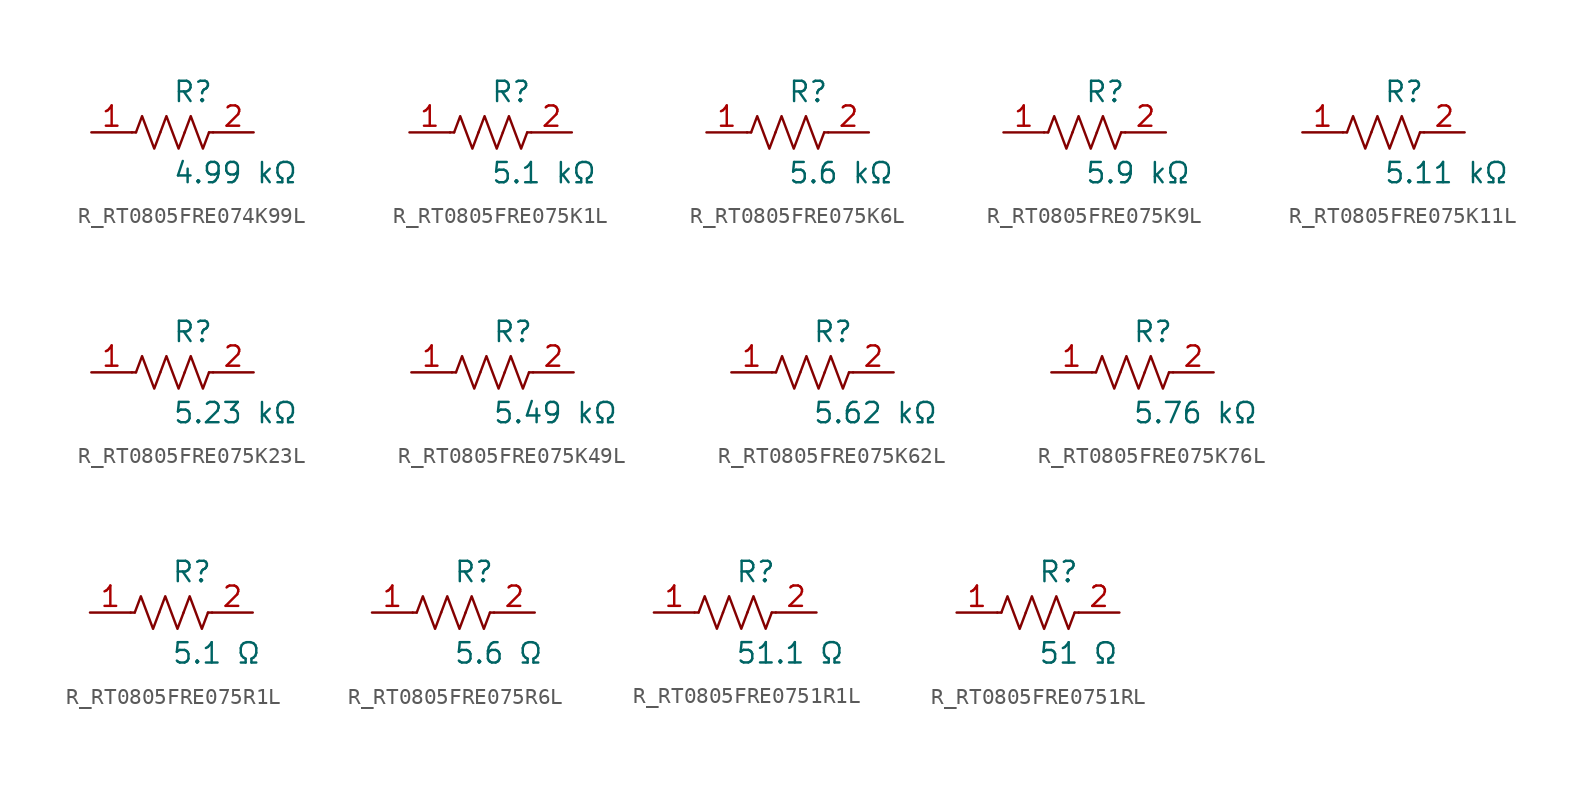
<source format=kicad_sym>
(kicad_symbol_lib
  (version 20231120)
  (generator kicad_symbol_editor)
  (generator_version 8.0)
  (symbol "R_RT0805FRE074K99L"
    (pin_names
      (offset 0.254))
    (property "Reference" "R"
      (at 0.0 2.54 0)
      (effects (font (size 1.27 1.27)) (justify left)))
    (property "Value" "4.99 kΩ"
      (at 0.0 -2.54 0)
      (effects (font (size 1.27 1.27)) (justify left)))
    (symbol "R_RT0805FRE074K99L_0_1"
      (polyline (pts (xy 2.286 0) (xy 2.54 0)) (stroke (width 0) (type default)) (fill (type none)))
      (polyline (pts (xy -2.286 0) (xy -2.54 0)) (stroke (width 0) (type default)) (fill (type none)))
      (polyline (pts (xy 0.762 0) (xy 1.143 1.016) (xy 1.524 0) (xy 1.905 -1.016) (xy 2.286 0)) (stroke (width 0) (type default)) (fill (type none)))
      (polyline (pts (xy -0.762 0) (xy -0.381 1.016) (xy 0 0) (xy 0.381 -1.016) (xy 0.762 0)) (stroke (width 0) (type default)) (fill (type none)))
      (polyline (pts (xy -2.286 0) (xy -1.905 1.016) (xy -1.524 0) (xy -1.143 -1.016) (xy -0.762 0)) (stroke (width 0) (type default)) (fill (type none))))
    (pin unspecified line
      (at -5.08 0 0)
      (length 2.54)
      (name "" (effects (font (size 1.27 1.27))))
      (number "1" (effects (font (size 1.27 1.27)))))
    (pin unspecified line
      (at 5.08 0 180)
      (length 2.54)
      (name "" (effects (font (size 1.27 1.27))))
      (number "2" (effects (font (size 1.27 1.27))))))
  (symbol "R_RT0805FRE075K1L"
    (pin_names
      (offset 0.254))
    (property "Reference" "R"
      (at 0.0 2.54 0)
      (effects (font (size 1.27 1.27)) (justify left)))
    (property "Value" "5.1 kΩ"
      (at 0.0 -2.54 0)
      (effects (font (size 1.27 1.27)) (justify left)))
    (symbol "R_RT0805FRE075K1L_0_1"
      (polyline (pts (xy 2.286 0) (xy 2.54 0)) (stroke (width 0) (type default)) (fill (type none)))
      (polyline (pts (xy -2.286 0) (xy -2.54 0)) (stroke (width 0) (type default)) (fill (type none)))
      (polyline (pts (xy 0.762 0) (xy 1.143 1.016) (xy 1.524 0) (xy 1.905 -1.016) (xy 2.286 0)) (stroke (width 0) (type default)) (fill (type none)))
      (polyline (pts (xy -0.762 0) (xy -0.381 1.016) (xy 0 0) (xy 0.381 -1.016) (xy 0.762 0)) (stroke (width 0) (type default)) (fill (type none)))
      (polyline (pts (xy -2.286 0) (xy -1.905 1.016) (xy -1.524 0) (xy -1.143 -1.016) (xy -0.762 0)) (stroke (width 0) (type default)) (fill (type none))))
    (pin unspecified line
      (at -5.08 0 0)
      (length 2.54)
      (name "" (effects (font (size 1.27 1.27))))
      (number "1" (effects (font (size 1.27 1.27)))))
    (pin unspecified line
      (at 5.08 0 180)
      (length 2.54)
      (name "" (effects (font (size 1.27 1.27))))
      (number "2" (effects (font (size 1.27 1.27))))))
  (symbol "R_RT0805FRE075K6L"
    (pin_names
      (offset 0.254))
    (property "Reference" "R"
      (at 0.0 2.54 0)
      (effects (font (size 1.27 1.27)) (justify left)))
    (property "Value" "5.6 kΩ"
      (at 0.0 -2.54 0)
      (effects (font (size 1.27 1.27)) (justify left)))
    (symbol "R_RT0805FRE075K6L_0_1"
      (polyline (pts (xy 2.286 0) (xy 2.54 0)) (stroke (width 0) (type default)) (fill (type none)))
      (polyline (pts (xy -2.286 0) (xy -2.54 0)) (stroke (width 0) (type default)) (fill (type none)))
      (polyline (pts (xy 0.762 0) (xy 1.143 1.016) (xy 1.524 0) (xy 1.905 -1.016) (xy 2.286 0)) (stroke (width 0) (type default)) (fill (type none)))
      (polyline (pts (xy -0.762 0) (xy -0.381 1.016) (xy 0 0) (xy 0.381 -1.016) (xy 0.762 0)) (stroke (width 0) (type default)) (fill (type none)))
      (polyline (pts (xy -2.286 0) (xy -1.905 1.016) (xy -1.524 0) (xy -1.143 -1.016) (xy -0.762 0)) (stroke (width 0) (type default)) (fill (type none))))
    (pin unspecified line
      (at -5.08 0 0)
      (length 2.54)
      (name "" (effects (font (size 1.27 1.27))))
      (number "1" (effects (font (size 1.27 1.27)))))
    (pin unspecified line
      (at 5.08 0 180)
      (length 2.54)
      (name "" (effects (font (size 1.27 1.27))))
      (number "2" (effects (font (size 1.27 1.27))))))
  (symbol "R_RT0805FRE075K9L"
    (pin_names
      (offset 0.254))
    (property "Reference" "R"
      (at 0.0 2.54 0)
      (effects (font (size 1.27 1.27)) (justify left)))
    (property "Value" "5.9 kΩ"
      (at 0.0 -2.54 0)
      (effects (font (size 1.27 1.27)) (justify left)))
    (symbol "R_RT0805FRE075K9L_0_1"
      (polyline (pts (xy 2.286 0) (xy 2.54 0)) (stroke (width 0) (type default)) (fill (type none)))
      (polyline (pts (xy -2.286 0) (xy -2.54 0)) (stroke (width 0) (type default)) (fill (type none)))
      (polyline (pts (xy 0.762 0) (xy 1.143 1.016) (xy 1.524 0) (xy 1.905 -1.016) (xy 2.286 0)) (stroke (width 0) (type default)) (fill (type none)))
      (polyline (pts (xy -0.762 0) (xy -0.381 1.016) (xy 0 0) (xy 0.381 -1.016) (xy 0.762 0)) (stroke (width 0) (type default)) (fill (type none)))
      (polyline (pts (xy -2.286 0) (xy -1.905 1.016) (xy -1.524 0) (xy -1.143 -1.016) (xy -0.762 0)) (stroke (width 0) (type default)) (fill (type none))))
    (pin unspecified line
      (at -5.08 0 0)
      (length 2.54)
      (name "" (effects (font (size 1.27 1.27))))
      (number "1" (effects (font (size 1.27 1.27)))))
    (pin unspecified line
      (at 5.08 0 180)
      (length 2.54)
      (name "" (effects (font (size 1.27 1.27))))
      (number "2" (effects (font (size 1.27 1.27))))))
  (symbol "R_RT0805FRE075K11L"
    (pin_names
      (offset 0.254))
    (property "Reference" "R"
      (at 0.0 2.54 0)
      (effects (font (size 1.27 1.27)) (justify left)))
    (property "Value" "5.11 kΩ"
      (at 0.0 -2.54 0)
      (effects (font (size 1.27 1.27)) (justify left)))
    (symbol "R_RT0805FRE075K11L_0_1"
      (polyline (pts (xy 2.286 0) (xy 2.54 0)) (stroke (width 0) (type default)) (fill (type none)))
      (polyline (pts (xy -2.286 0) (xy -2.54 0)) (stroke (width 0) (type default)) (fill (type none)))
      (polyline (pts (xy 0.762 0) (xy 1.143 1.016) (xy 1.524 0) (xy 1.905 -1.016) (xy 2.286 0)) (stroke (width 0) (type default)) (fill (type none)))
      (polyline (pts (xy -0.762 0) (xy -0.381 1.016) (xy 0 0) (xy 0.381 -1.016) (xy 0.762 0)) (stroke (width 0) (type default)) (fill (type none)))
      (polyline (pts (xy -2.286 0) (xy -1.905 1.016) (xy -1.524 0) (xy -1.143 -1.016) (xy -0.762 0)) (stroke (width 0) (type default)) (fill (type none))))
    (pin unspecified line
      (at -5.08 0 0)
      (length 2.54)
      (name "" (effects (font (size 1.27 1.27))))
      (number "1" (effects (font (size 1.27 1.27)))))
    (pin unspecified line
      (at 5.08 0 180)
      (length 2.54)
      (name "" (effects (font (size 1.27 1.27))))
      (number "2" (effects (font (size 1.27 1.27))))))
  (symbol "R_RT0805FRE075K23L"
    (pin_names
      (offset 0.254))
    (property "Reference" "R"
      (at 0.0 2.54 0)
      (effects (font (size 1.27 1.27)) (justify left)))
    (property "Value" "5.23 kΩ"
      (at 0.0 -2.54 0)
      (effects (font (size 1.27 1.27)) (justify left)))
    (symbol "R_RT0805FRE075K23L_0_1"
      (polyline (pts (xy 2.286 0) (xy 2.54 0)) (stroke (width 0) (type default)) (fill (type none)))
      (polyline (pts (xy -2.286 0) (xy -2.54 0)) (stroke (width 0) (type default)) (fill (type none)))
      (polyline (pts (xy 0.762 0) (xy 1.143 1.016) (xy 1.524 0) (xy 1.905 -1.016) (xy 2.286 0)) (stroke (width 0) (type default)) (fill (type none)))
      (polyline (pts (xy -0.762 0) (xy -0.381 1.016) (xy 0 0) (xy 0.381 -1.016) (xy 0.762 0)) (stroke (width 0) (type default)) (fill (type none)))
      (polyline (pts (xy -2.286 0) (xy -1.905 1.016) (xy -1.524 0) (xy -1.143 -1.016) (xy -0.762 0)) (stroke (width 0) (type default)) (fill (type none))))
    (pin unspecified line
      (at -5.08 0 0)
      (length 2.54)
      (name "" (effects (font (size 1.27 1.27))))
      (number "1" (effects (font (size 1.27 1.27)))))
    (pin unspecified line
      (at 5.08 0 180)
      (length 2.54)
      (name "" (effects (font (size 1.27 1.27))))
      (number "2" (effects (font (size 1.27 1.27))))))
  (symbol "R_RT0805FRE075K49L"
    (pin_names
      (offset 0.254))
    (property "Reference" "R"
      (at 0.0 2.54 0)
      (effects (font (size 1.27 1.27)) (justify left)))
    (property "Value" "5.49 kΩ"
      (at 0.0 -2.54 0)
      (effects (font (size 1.27 1.27)) (justify left)))
    (symbol "R_RT0805FRE075K49L_0_1"
      (polyline (pts (xy 2.286 0) (xy 2.54 0)) (stroke (width 0) (type default)) (fill (type none)))
      (polyline (pts (xy -2.286 0) (xy -2.54 0)) (stroke (width 0) (type default)) (fill (type none)))
      (polyline (pts (xy 0.762 0) (xy 1.143 1.016) (xy 1.524 0) (xy 1.905 -1.016) (xy 2.286 0)) (stroke (width 0) (type default)) (fill (type none)))
      (polyline (pts (xy -0.762 0) (xy -0.381 1.016) (xy 0 0) (xy 0.381 -1.016) (xy 0.762 0)) (stroke (width 0) (type default)) (fill (type none)))
      (polyline (pts (xy -2.286 0) (xy -1.905 1.016) (xy -1.524 0) (xy -1.143 -1.016) (xy -0.762 0)) (stroke (width 0) (type default)) (fill (type none))))
    (pin unspecified line
      (at -5.08 0 0)
      (length 2.54)
      (name "" (effects (font (size 1.27 1.27))))
      (number "1" (effects (font (size 1.27 1.27)))))
    (pin unspecified line
      (at 5.08 0 180)
      (length 2.54)
      (name "" (effects (font (size 1.27 1.27))))
      (number "2" (effects (font (size 1.27 1.27))))))
  (symbol "R_RT0805FRE075K62L"
    (pin_names
      (offset 0.254))
    (property "Reference" "R"
      (at 0.0 2.54 0)
      (effects (font (size 1.27 1.27)) (justify left)))
    (property "Value" "5.62 kΩ"
      (at 0.0 -2.54 0)
      (effects (font (size 1.27 1.27)) (justify left)))
    (symbol "R_RT0805FRE075K62L_0_1"
      (polyline (pts (xy 2.286 0) (xy 2.54 0)) (stroke (width 0) (type default)) (fill (type none)))
      (polyline (pts (xy -2.286 0) (xy -2.54 0)) (stroke (width 0) (type default)) (fill (type none)))
      (polyline (pts (xy 0.762 0) (xy 1.143 1.016) (xy 1.524 0) (xy 1.905 -1.016) (xy 2.286 0)) (stroke (width 0) (type default)) (fill (type none)))
      (polyline (pts (xy -0.762 0) (xy -0.381 1.016) (xy 0 0) (xy 0.381 -1.016) (xy 0.762 0)) (stroke (width 0) (type default)) (fill (type none)))
      (polyline (pts (xy -2.286 0) (xy -1.905 1.016) (xy -1.524 0) (xy -1.143 -1.016) (xy -0.762 0)) (stroke (width 0) (type default)) (fill (type none))))
    (pin unspecified line
      (at -5.08 0 0)
      (length 2.54)
      (name "" (effects (font (size 1.27 1.27))))
      (number "1" (effects (font (size 1.27 1.27)))))
    (pin unspecified line
      (at 5.08 0 180)
      (length 2.54)
      (name "" (effects (font (size 1.27 1.27))))
      (number "2" (effects (font (size 1.27 1.27))))))
  (symbol "R_RT0805FRE075K76L"
    (pin_names
      (offset 0.254))
    (property "Reference" "R"
      (at 0.0 2.54 0)
      (effects (font (size 1.27 1.27)) (justify left)))
    (property "Value" "5.76 kΩ"
      (at 0.0 -2.54 0)
      (effects (font (size 1.27 1.27)) (justify left)))
    (symbol "R_RT0805FRE075K76L_0_1"
      (polyline (pts (xy 2.286 0) (xy 2.54 0)) (stroke (width 0) (type default)) (fill (type none)))
      (polyline (pts (xy -2.286 0) (xy -2.54 0)) (stroke (width 0) (type default)) (fill (type none)))
      (polyline (pts (xy 0.762 0) (xy 1.143 1.016) (xy 1.524 0) (xy 1.905 -1.016) (xy 2.286 0)) (stroke (width 0) (type default)) (fill (type none)))
      (polyline (pts (xy -0.762 0) (xy -0.381 1.016) (xy 0 0) (xy 0.381 -1.016) (xy 0.762 0)) (stroke (width 0) (type default)) (fill (type none)))
      (polyline (pts (xy -2.286 0) (xy -1.905 1.016) (xy -1.524 0) (xy -1.143 -1.016) (xy -0.762 0)) (stroke (width 0) (type default)) (fill (type none))))
    (pin unspecified line
      (at -5.08 0 0)
      (length 2.54)
      (name "" (effects (font (size 1.27 1.27))))
      (number "1" (effects (font (size 1.27 1.27)))))
    (pin unspecified line
      (at 5.08 0 180)
      (length 2.54)
      (name "" (effects (font (size 1.27 1.27))))
      (number "2" (effects (font (size 1.27 1.27))))))
  (symbol "R_RT0805FRE075R1L"
    (pin_names
      (offset 0.254))
    (property "Reference" "R"
      (at 0.0 2.54 0)
      (effects (font (size 1.27 1.27)) (justify left)))
    (property "Value" "5.1 Ω"
      (at 0.0 -2.54 0)
      (effects (font (size 1.27 1.27)) (justify left)))
    (symbol "R_RT0805FRE075R1L_0_1"
      (polyline (pts (xy 2.286 0) (xy 2.54 0)) (stroke (width 0) (type default)) (fill (type none)))
      (polyline (pts (xy -2.286 0) (xy -2.54 0)) (stroke (width 0) (type default)) (fill (type none)))
      (polyline (pts (xy 0.762 0) (xy 1.143 1.016) (xy 1.524 0) (xy 1.905 -1.016) (xy 2.286 0)) (stroke (width 0) (type default)) (fill (type none)))
      (polyline (pts (xy -0.762 0) (xy -0.381 1.016) (xy 0 0) (xy 0.381 -1.016) (xy 0.762 0)) (stroke (width 0) (type default)) (fill (type none)))
      (polyline (pts (xy -2.286 0) (xy -1.905 1.016) (xy -1.524 0) (xy -1.143 -1.016) (xy -0.762 0)) (stroke (width 0) (type default)) (fill (type none))))
    (pin unspecified line
      (at -5.08 0 0)
      (length 2.54)
      (name "" (effects (font (size 1.27 1.27))))
      (number "1" (effects (font (size 1.27 1.27)))))
    (pin unspecified line
      (at 5.08 0 180)
      (length 2.54)
      (name "" (effects (font (size 1.27 1.27))))
      (number "2" (effects (font (size 1.27 1.27))))))
  (symbol "R_RT0805FRE075R6L"
    (pin_names
      (offset 0.254))
    (property "Reference" "R"
      (at 0.0 2.54 0)
      (effects (font (size 1.27 1.27)) (justify left)))
    (property "Value" "5.6 Ω"
      (at 0.0 -2.54 0)
      (effects (font (size 1.27 1.27)) (justify left)))
    (symbol "R_RT0805FRE075R6L_0_1"
      (polyline (pts (xy 2.286 0) (xy 2.54 0)) (stroke (width 0) (type default)) (fill (type none)))
      (polyline (pts (xy -2.286 0) (xy -2.54 0)) (stroke (width 0) (type default)) (fill (type none)))
      (polyline (pts (xy 0.762 0) (xy 1.143 1.016) (xy 1.524 0) (xy 1.905 -1.016) (xy 2.286 0)) (stroke (width 0) (type default)) (fill (type none)))
      (polyline (pts (xy -0.762 0) (xy -0.381 1.016) (xy 0 0) (xy 0.381 -1.016) (xy 0.762 0)) (stroke (width 0) (type default)) (fill (type none)))
      (polyline (pts (xy -2.286 0) (xy -1.905 1.016) (xy -1.524 0) (xy -1.143 -1.016) (xy -0.762 0)) (stroke (width 0) (type default)) (fill (type none))))
    (pin unspecified line
      (at -5.08 0 0)
      (length 2.54)
      (name "" (effects (font (size 1.27 1.27))))
      (number "1" (effects (font (size 1.27 1.27)))))
    (pin unspecified line
      (at 5.08 0 180)
      (length 2.54)
      (name "" (effects (font (size 1.27 1.27))))
      (number "2" (effects (font (size 1.27 1.27))))))
  (symbol "R_RT0805FRE0751R1L"
    (pin_names
      (offset 0.254))
    (property "Reference" "R"
      (at 0.0 2.54 0)
      (effects (font (size 1.27 1.27)) (justify left)))
    (property "Value" "51.1 Ω"
      (at 0.0 -2.54 0)
      (effects (font (size 1.27 1.27)) (justify left)))
    (symbol "R_RT0805FRE0751R1L_0_1"
      (polyline (pts (xy 2.286 0) (xy 2.54 0)) (stroke (width 0) (type default)) (fill (type none)))
      (polyline (pts (xy -2.286 0) (xy -2.54 0)) (stroke (width 0) (type default)) (fill (type none)))
      (polyline (pts (xy 0.762 0) (xy 1.143 1.016) (xy 1.524 0) (xy 1.905 -1.016) (xy 2.286 0)) (stroke (width 0) (type default)) (fill (type none)))
      (polyline (pts (xy -0.762 0) (xy -0.381 1.016) (xy 0 0) (xy 0.381 -1.016) (xy 0.762 0)) (stroke (width 0) (type default)) (fill (type none)))
      (polyline (pts (xy -2.286 0) (xy -1.905 1.016) (xy -1.524 0) (xy -1.143 -1.016) (xy -0.762 0)) (stroke (width 0) (type default)) (fill (type none))))
    (pin unspecified line
      (at -5.08 0 0)
      (length 2.54)
      (name "" (effects (font (size 1.27 1.27))))
      (number "1" (effects (font (size 1.27 1.27)))))
    (pin unspecified line
      (at 5.08 0 180)
      (length 2.54)
      (name "" (effects (font (size 1.27 1.27))))
      (number "2" (effects (font (size 1.27 1.27))))))
  (symbol "R_RT0805FRE0751RL"
    (pin_names
      (offset 0.254))
    (property "Reference" "R"
      (at 0.0 2.54 0)
      (effects (font (size 1.27 1.27)) (justify left)))
    (property "Value" "51 Ω"
      (at 0.0 -2.54 0)
      (effects (font (size 1.27 1.27)) (justify left)))
    (symbol "R_RT0805FRE0751RL_0_1"
      (polyline (pts (xy 2.286 0) (xy 2.54 0)) (stroke (width 0) (type default)) (fill (type none)))
      (polyline (pts (xy -2.286 0) (xy -2.54 0)) (stroke (width 0) (type default)) (fill (type none)))
      (polyline (pts (xy 0.762 0) (xy 1.143 1.016) (xy 1.524 0) (xy 1.905 -1.016) (xy 2.286 0)) (stroke (width 0) (type default)) (fill (type none)))
      (polyline (pts (xy -0.762 0) (xy -0.381 1.016) (xy 0 0) (xy 0.381 -1.016) (xy 0.762 0)) (stroke (width 0) (type default)) (fill (type none)))
      (polyline (pts (xy -2.286 0) (xy -1.905 1.016) (xy -1.524 0) (xy -1.143 -1.016) (xy -0.762 0)) (stroke (width 0) (type default)) (fill (type none))))
    (pin unspecified line
      (at -5.08 0 0)
      (length 2.54)
      (name "" (effects (font (size 1.27 1.27))))
      (number "1" (effects (font (size 1.27 1.27)))))
    (pin unspecified line
      (at 5.08 0 180)
      (length 2.54)
      (name "" (effects (font (size 1.27 1.27))))
      (number "2" (effects (font (size 1.27 1.27)))))))
</source>
